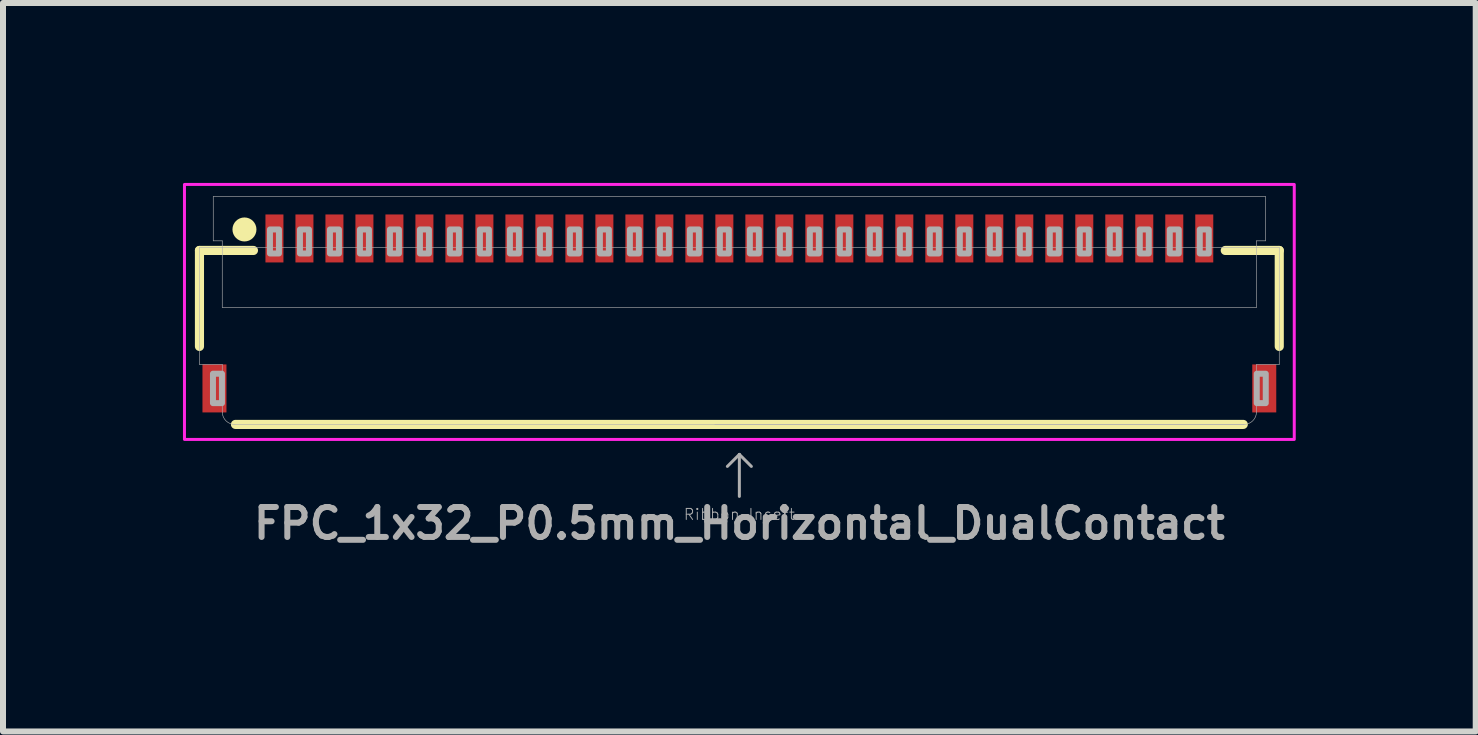
<source format=kicad_pcb>
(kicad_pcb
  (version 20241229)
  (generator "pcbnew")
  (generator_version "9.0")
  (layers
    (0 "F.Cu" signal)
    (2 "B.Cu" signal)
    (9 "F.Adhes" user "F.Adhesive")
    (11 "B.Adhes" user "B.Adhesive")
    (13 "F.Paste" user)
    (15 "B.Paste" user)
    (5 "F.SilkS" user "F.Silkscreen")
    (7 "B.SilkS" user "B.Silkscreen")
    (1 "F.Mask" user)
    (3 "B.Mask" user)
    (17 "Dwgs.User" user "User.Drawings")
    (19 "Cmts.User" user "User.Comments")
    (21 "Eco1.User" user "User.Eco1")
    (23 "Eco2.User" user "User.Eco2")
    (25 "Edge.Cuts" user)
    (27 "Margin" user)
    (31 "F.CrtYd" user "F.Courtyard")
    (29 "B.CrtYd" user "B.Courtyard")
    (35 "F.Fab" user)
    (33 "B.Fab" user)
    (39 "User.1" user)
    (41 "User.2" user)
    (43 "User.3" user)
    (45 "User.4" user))
  (footprint "FPC_1x32_P0.5mm_Horizontal_DualContact"
    (layer "F.Cu")
    (at 9.275 2.275)
    (property "Reference" "FPC_1x32_P0.5mm_Horizontal_DualContact" (at 0 3.4 0) (layer "F.Fab") (effects (font (size 0.5 0.5) (thickness 0.1) (bold yes))))
    (attr smd)
    (fp_line (start -9 -1.15) (end -9 0.45) (stroke (width 0.152) (type solid)) (layer "F.SilkS"))
    (fp_line (start -9 -1.15) (end -8.1 -1.15) (stroke (width 0.152) (type solid)) (layer "F.SilkS"))
    (fp_line (start -8.4 1.75) (end 8.4 1.75) (stroke (width 0.152) (type solid)) (layer "F.SilkS"))
    (fp_line (start 9 -1.15) (end 8.1 -1.15) (stroke (width 0.152) (type solid)) (layer "F.SilkS"))
    (fp_line (start 9 -1.15) (end 9 0.45) (stroke (width 0.152) (type solid)) (layer "F.SilkS"))
    (fp_circle (center -8.25 -1.5) (end -8.35 -1.5) (stroke (width 0.2) (type solid)) (fill yes) (layer "F.SilkS"))
    (fp_poly (pts (xy -7.875 -1.025) (xy -7.625 -1.025) (xy -7.625 -1.675) (xy -7.875 -1.675)) (stroke (width 0) (type default)) (fill yes) (layer "F.Paste"))
    (fp_poly (pts (xy -7.375 -1.025) (xy -7.125 -1.025) (xy -7.125 -1.675) (xy -7.375 -1.675)) (stroke (width 0) (type default)) (fill yes) (layer "F.Paste"))
    (fp_poly (pts (xy -6.875 -1.025) (xy -6.625 -1.025) (xy -6.625 -1.675) (xy -6.875 -1.675)) (stroke (width 0) (type default)) (fill yes) (layer "F.Paste"))
    (fp_poly (pts (xy -6.375 -1.025) (xy -6.125 -1.025) (xy -6.125 -1.675) (xy -6.375 -1.675)) (stroke (width 0) (type default)) (fill yes) (layer "F.Paste"))
    (fp_poly (pts (xy -5.875 -1.025) (xy -5.625 -1.025) (xy -5.625 -1.675) (xy -5.875 -1.675)) (stroke (width 0) (type default)) (fill yes) (layer "F.Paste"))
    (fp_poly (pts (xy -5.375 -1.025) (xy -5.125 -1.025) (xy -5.125 -1.675) (xy -5.375 -1.675)) (stroke (width 0) (type default)) (fill yes) (layer "F.Paste"))
    (fp_poly (pts (xy -4.875 -1.025) (xy -4.625 -1.025) (xy -4.625 -1.675) (xy -4.875 -1.675)) (stroke (width 0) (type default)) (fill yes) (layer "F.Paste"))
    (fp_poly (pts (xy -4.375 -1.025) (xy -4.125 -1.025) (xy -4.125 -1.675) (xy -4.375 -1.675)) (stroke (width 0) (type default)) (fill yes) (layer "F.Paste"))
    (fp_poly (pts (xy -3.875 -1.025) (xy -3.625 -1.025) (xy -3.625 -1.675) (xy -3.875 -1.675)) (stroke (width 0) (type default)) (fill yes) (layer "F.Paste"))
    (fp_poly (pts (xy -3.375 -1.025) (xy -3.125 -1.025) (xy -3.125 -1.675) (xy -3.375 -1.675)) (stroke (width 0) (type default)) (fill yes) (layer "F.Paste"))
    (fp_poly (pts (xy -2.875 -1.025) (xy -2.625 -1.025) (xy -2.625 -1.675) (xy -2.875 -1.675)) (stroke (width 0) (type default)) (fill yes) (layer "F.Paste"))
    (fp_poly (pts (xy -2.375 -1.025) (xy -2.125 -1.025) (xy -2.125 -1.675) (xy -2.375 -1.675)) (stroke (width 0) (type default)) (fill yes) (layer "F.Paste"))
    (fp_poly (pts (xy -1.875 -1.025) (xy -1.625 -1.025) (xy -1.625 -1.675) (xy -1.875 -1.675)) (stroke (width 0) (type default)) (fill yes) (layer "F.Paste"))
    (fp_poly (pts (xy -1.375 -1.025) (xy -1.125 -1.025) (xy -1.125 -1.675) (xy -1.375 -1.675)) (stroke (width 0) (type default)) (fill yes) (layer "F.Paste"))
    (fp_poly (pts (xy -0.875 -1.025) (xy -0.625 -1.025) (xy -0.625 -1.675) (xy -0.875 -1.675)) (stroke (width 0) (type default)) (fill yes) (layer "F.Paste"))
    (fp_poly (pts (xy -0.375 -1.025) (xy -0.125 -1.025) (xy -0.125 -1.675) (xy -0.375 -1.675)) (stroke (width 0) (type default)) (fill yes) (layer "F.Paste"))
    (fp_poly (pts (xy 0.125 -1.025) (xy 0.375 -1.025) (xy 0.375 -1.675) (xy 0.125 -1.675)) (stroke (width 0) (type default)) (fill yes) (layer "F.Paste"))
    (fp_poly (pts (xy 0.625 -1.025) (xy 0.875 -1.025) (xy 0.875 -1.675) (xy 0.625 -1.675)) (stroke (width 0) (type default)) (fill yes) (layer "F.Paste"))
    (fp_poly (pts (xy 1.125 -1.025) (xy 1.375 -1.025) (xy 1.375 -1.675) (xy 1.125 -1.675)) (stroke (width 0) (type default)) (fill yes) (layer "F.Paste"))
    (fp_poly (pts (xy 1.625 -1.025) (xy 1.875 -1.025) (xy 1.875 -1.675) (xy 1.625 -1.675)) (stroke (width 0) (type default)) (fill yes) (layer "F.Paste"))
    (fp_poly (pts (xy 2.125 -1.025) (xy 2.375 -1.025) (xy 2.375 -1.675) (xy 2.125 -1.675)) (stroke (width 0) (type default)) (fill yes) (layer "F.Paste"))
    (fp_poly (pts (xy 2.625 -1.025) (xy 2.875 -1.025) (xy 2.875 -1.675) (xy 2.625 -1.675)) (stroke (width 0) (type default)) (fill yes) (layer "F.Paste"))
    (fp_poly (pts (xy 3.125 -1.025) (xy 3.375 -1.025) (xy 3.375 -1.675) (xy 3.125 -1.675)) (stroke (width 0) (type default)) (fill yes) (layer "F.Paste"))
    (fp_poly (pts (xy 3.625 -1.025) (xy 3.875 -1.025) (xy 3.875 -1.675) (xy 3.625 -1.675)) (stroke (width 0) (type default)) (fill yes) (layer "F.Paste"))
    (fp_poly (pts (xy 4.125 -1.025) (xy 4.375 -1.025) (xy 4.375 -1.675) (xy 4.125 -1.675)) (stroke (width 0) (type default)) (fill yes) (layer "F.Paste"))
    (fp_poly (pts (xy 4.625 -1.025) (xy 4.875 -1.025) (xy 4.875 -1.675) (xy 4.625 -1.675)) (stroke (width 0) (type default)) (fill yes) (layer "F.Paste"))
    (fp_poly (pts (xy 5.125 -1.025) (xy 5.375 -1.025) (xy 5.375 -1.675) (xy 5.125 -1.675)) (stroke (width 0) (type default)) (fill yes) (layer "F.Paste"))
    (fp_poly (pts (xy 5.625 -1.025) (xy 5.875 -1.025) (xy 5.875 -1.675) (xy 5.625 -1.675)) (stroke (width 0) (type default)) (fill yes) (layer "F.Paste"))
    (fp_poly (pts (xy 6.125 -1.025) (xy 6.375 -1.025) (xy 6.375 -1.675) (xy 6.125 -1.675)) (stroke (width 0) (type default)) (fill yes) (layer "F.Paste"))
    (fp_poly (pts (xy 6.625 -1.025) (xy 6.875 -1.025) (xy 6.875 -1.675) (xy 6.625 -1.675)) (stroke (width 0) (type default)) (fill yes) (layer "F.Paste"))
    (fp_poly (pts (xy 7.125 -1.025) (xy 7.375 -1.025) (xy 7.375 -1.675) (xy 7.125 -1.675)) (stroke (width 0) (type default)) (fill yes) (layer "F.Paste"))
    (fp_poly (pts (xy 7.625 -1.025) (xy 7.875 -1.025) (xy 7.875 -1.675) (xy 7.625 -1.675)) (stroke (width 0) (type default)) (fill yes) (layer "F.Paste"))
    (fp_rect (start -9.25 -2.25) (end 9.25 2) (stroke (width 0.05) (type default)) (fill no) (layer "F.CrtYd"))
    (fp_line (start -9 -1.2) (end -9 0.75) (stroke (width 0.01) (type solid)) (layer "F.Fab"))
    (fp_line (start -9 -1.2) (end -8.62 -1.2) (stroke (width 0.01) (type solid)) (layer "F.Fab"))
    (fp_line (start -8.77 -2.05) (end -8.77 -1.31) (stroke (width 0.01) (type solid)) (layer "F.Fab"))
    (fp_line (start -8.77 -2.05) (end 8.77 -2.05) (stroke (width 0.01) (type solid)) (layer "F.Fab"))
    (fp_line (start -8.62 -1.31) (end -8.77 -1.31) (stroke (width 0.01) (type solid)) (layer "F.Fab"))
    (fp_line (start -8.62 -1.2) (end -8.62 -1.31) (stroke (width 0.01) (type solid)) (layer "F.Fab"))
    (fp_line (start -8.62 -1.2) (end 8.62 -1.2) (stroke (width 0.01) (type solid)) (layer "F.Fab"))
    (fp_line (start -8.62 -0.2) (end -8.62 -1.2) (stroke (width 0.01) (type solid)) (layer "F.Fab"))
    (fp_line (start -8.62 -0.2) (end 8.62 -0.2) (stroke (width 0.01) (type solid)) (layer "F.Fab"))
    (fp_line (start -8.62 0.75) (end -9 0.75) (stroke (width 0.01) (type solid)) (layer "F.Fab"))
    (fp_line (start -8.62 1.55) (end -8.62 0.75) (stroke (width 0.01) (type solid)) (layer "F.Fab"))
    (fp_line (start 0 2.25) (end -0.2 2.45) (stroke (width 0.05) (type solid)) (layer "F.Fab"))
    (fp_line (start 0 2.25) (end 0.2 2.45) (stroke (width 0.05) (type solid)) (layer "F.Fab"))
    (fp_line (start 0 2.95) (end 0 2.25) (stroke (width 0.05) (type solid)) (layer "F.Fab"))
    (fp_line (start 8.41 1.75) (end -8.41 1.75) (stroke (width 0.01) (type solid)) (layer "F.Fab"))
    (fp_line (start 8.41 1.75) (end -0.41 1.75) (stroke (width 0.01) (type solid)) (layer "F.Fab"))
    (fp_line (start 8.62 -1.31) (end 8.77 -1.31) (stroke (width 0.01) (type solid)) (layer "F.Fab"))
    (fp_line (start 8.62 -1.2) (end 8.62 -1.31) (stroke (width 0.01) (type solid)) (layer "F.Fab"))
    (fp_line (start 8.62 -1.2) (end 9 -1.2) (stroke (width 0.01) (type solid)) (layer "F.Fab"))
    (fp_line (start 8.62 -0.2) (end 8.62 -1.2) (stroke (width 0.01) (type solid)) (layer "F.Fab"))
    (fp_line (start 8.62 1.55) (end 8.62 0.75) (stroke (width 0.01) (type solid)) (layer "F.Fab"))
    (fp_line (start 8.77 -1.31) (end 8.77 -2.05) (stroke (width 0.01) (type solid)) (layer "F.Fab"))
    (fp_line (start 9 -1.2) (end 9 0.75) (stroke (width 0.01) (type solid)) (layer "F.Fab"))
    (fp_line (start 9 0.75) (end 8.62 0.75) (stroke (width 0.01) (type solid)) (layer "F.Fab"))
    (fp_arc (start -8.409999 1.749999) (mid -8.55542 1.692442) (end -8.62 1.55) (stroke (width 0.01) (type solid)) (layer "F.Fab"))
    (fp_arc (start 8.62 1.55) (mid 8.555421 1.692445) (end 8.409999 1.749999) (stroke (width 0.01) (type solid)) (layer "F.Fab"))
    (fp_poly (pts (xy -8.775 1.395) (xy -8.625 1.395) (xy -8.625 0.905) (xy -8.775 0.905)) (stroke (width 0.1) (type default)) (fill no) (layer "F.Fab"))
    (fp_poly (pts (xy -7.825 -1.1) (xy -7.675 -1.1) (xy -7.675 -1.5) (xy -7.825 -1.5)) (stroke (width 0.1) (type default)) (fill no) (layer "F.Fab"))
    (fp_poly (pts (xy -7.325 -1.1) (xy -7.175 -1.1) (xy -7.175 -1.5) (xy -7.325 -1.5)) (stroke (width 0.1) (type default)) (fill no) (layer "F.Fab"))
    (fp_poly (pts (xy -6.825 -1.1) (xy -6.675 -1.1) (xy -6.675 -1.5) (xy -6.825 -1.5)) (stroke (width 0.1) (type default)) (fill no) (layer "F.Fab"))
    (fp_poly (pts (xy -6.325 -1.1) (xy -6.175 -1.1) (xy -6.175 -1.5) (xy -6.325 -1.5)) (stroke (width 0.1) (type default)) (fill no) (layer "F.Fab"))
    (fp_poly (pts (xy -5.825 -1.1) (xy -5.675 -1.1) (xy -5.675 -1.5) (xy -5.825 -1.5)) (stroke (width 0.1) (type default)) (fill no) (layer "F.Fab"))
    (fp_poly (pts (xy -5.325 -1.1) (xy -5.175 -1.1) (xy -5.175 -1.5) (xy -5.325 -1.5)) (stroke (width 0.1) (type default)) (fill no) (layer "F.Fab"))
    (fp_poly (pts (xy -4.825 -1.1) (xy -4.675 -1.1) (xy -4.675 -1.5) (xy -4.825 -1.5)) (stroke (width 0.1) (type default)) (fill no) (layer "F.Fab"))
    (fp_poly (pts (xy -4.325 -1.1) (xy -4.175 -1.1) (xy -4.175 -1.5) (xy -4.325 -1.5)) (stroke (width 0.1) (type default)) (fill no) (layer "F.Fab"))
    (fp_poly (pts (xy -3.825 -1.1) (xy -3.675 -1.1) (xy -3.675 -1.5) (xy -3.825 -1.5)) (stroke (width 0.1) (type default)) (fill no) (layer "F.Fab"))
    (fp_poly (pts (xy -3.325 -1.1) (xy -3.175 -1.1) (xy -3.175 -1.5) (xy -3.325 -1.5)) (stroke (width 0.1) (type default)) (fill no) (layer "F.Fab"))
    (fp_poly (pts (xy -2.825 -1.1) (xy -2.675 -1.1) (xy -2.675 -1.5) (xy -2.825 -1.5)) (stroke (width 0.1) (type default)) (fill no) (layer "F.Fab"))
    (fp_poly (pts (xy -2.325 -1.1) (xy -2.175 -1.1) (xy -2.175 -1.5) (xy -2.325 -1.5)) (stroke (width 0.1) (type default)) (fill no) (layer "F.Fab"))
    (fp_poly (pts (xy -1.825 -1.1) (xy -1.675 -1.1) (xy -1.675 -1.5) (xy -1.825 -1.5)) (stroke (width 0.1) (type default)) (fill no) (layer "F.Fab"))
    (fp_poly (pts (xy -1.325 -1.1) (xy -1.175 -1.1) (xy -1.175 -1.5) (xy -1.325 -1.5)) (stroke (width 0.1) (type default)) (fill no) (layer "F.Fab"))
    (fp_poly (pts (xy -0.825 -1.1) (xy -0.675 -1.1) (xy -0.675 -1.5) (xy -0.825 -1.5)) (stroke (width 0.1) (type default)) (fill no) (layer "F.Fab"))
    (fp_poly (pts (xy -0.325 -1.1) (xy -0.175 -1.1) (xy -0.175 -1.5) (xy -0.325 -1.5)) (stroke (width 0.1) (type default)) (fill no) (layer "F.Fab"))
    (fp_poly (pts (xy 0.175 -1.1) (xy 0.325 -1.1) (xy 0.325 -1.5) (xy 0.175 -1.5)) (stroke (width 0.1) (type default)) (fill no) (layer "F.Fab"))
    (fp_poly (pts (xy 0.675 -1.1) (xy 0.825 -1.1) (xy 0.825 -1.5) (xy 0.675 -1.5)) (stroke (width 0.1) (type default)) (fill no) (layer "F.Fab"))
    (fp_poly (pts (xy 1.175 -1.1) (xy 1.325 -1.1) (xy 1.325 -1.5) (xy 1.175 -1.5)) (stroke (width 0.1) (type default)) (fill no) (layer "F.Fab"))
    (fp_poly (pts (xy 1.675 -1.1) (xy 1.825 -1.1) (xy 1.825 -1.5) (xy 1.675 -1.5)) (stroke (width 0.1) (type default)) (fill no) (layer "F.Fab"))
    (fp_poly (pts (xy 2.175 -1.1) (xy 2.325 -1.1) (xy 2.325 -1.5) (xy 2.175 -1.5)) (stroke (width 0.1) (type default)) (fill no) (layer "F.Fab"))
    (fp_poly (pts (xy 2.675 -1.1) (xy 2.825 -1.1) (xy 2.825 -1.5) (xy 2.675 -1.5)) (stroke (width 0.1) (type default)) (fill no) (layer "F.Fab"))
    (fp_poly (pts (xy 3.175 -1.1) (xy 3.325 -1.1) (xy 3.325 -1.5) (xy 3.175 -1.5)) (stroke (width 0.1) (type default)) (fill no) (layer "F.Fab"))
    (fp_poly (pts (xy 3.675 -1.1) (xy 3.825 -1.1) (xy 3.825 -1.5) (xy 3.675 -1.5)) (stroke (width 0.1) (type default)) (fill no) (layer "F.Fab"))
    (fp_poly (pts (xy 4.175 -1.1) (xy 4.325 -1.1) (xy 4.325 -1.5) (xy 4.175 -1.5)) (stroke (width 0.1) (type default)) (fill no) (layer "F.Fab"))
    (fp_poly (pts (xy 4.675 -1.1) (xy 4.825 -1.1) (xy 4.825 -1.5) (xy 4.675 -1.5)) (stroke (width 0.1) (type default)) (fill no) (layer "F.Fab"))
    (fp_poly (pts (xy 5.175 -1.1) (xy 5.325 -1.1) (xy 5.325 -1.5) (xy 5.175 -1.5)) (stroke (width 0.1) (type default)) (fill no) (layer "F.Fab"))
    (fp_poly (pts (xy 5.675 -1.1) (xy 5.825 -1.1) (xy 5.825 -1.5) (xy 5.675 -1.5)) (stroke (width 0.1) (type default)) (fill no) (layer "F.Fab"))
    (fp_poly (pts (xy 6.175 -1.1) (xy 6.325 -1.1) (xy 6.325 -1.5) (xy 6.175 -1.5)) (stroke (width 0.1) (type default)) (fill no) (layer "F.Fab"))
    (fp_poly (pts (xy 6.675 -1.1) (xy 6.825 -1.1) (xy 6.825 -1.5) (xy 6.675 -1.5)) (stroke (width 0.1) (type default)) (fill no) (layer "F.Fab"))
    (fp_poly (pts (xy 7.175 -1.1) (xy 7.325 -1.1) (xy 7.325 -1.5) (xy 7.175 -1.5)) (stroke (width 0.1) (type default)) (fill no) (layer "F.Fab"))
    (fp_poly (pts (xy 7.675 -1.1) (xy 7.825 -1.1) (xy 7.825 -1.5) (xy 7.675 -1.5)) (stroke (width 0.1) (type default)) (fill no) (layer "F.Fab"))
    (fp_poly (pts (xy 8.625 1.395) (xy 8.775 1.395) (xy 8.775 0.905) (xy 8.625 0.905)) (stroke (width 0.1) (type default)) (fill no) (layer "F.Fab"))
    (fp_text user "Ribbon Insert" (at 0 3.25 0) (layer "F.Fab") (effects (font (size 0.184 0.184) (thickness 0.016))))
    (pad "1" smd rect (at -7.75 -1.35) (size 0.3 0.8) (layers "F.Cu" "F.Mask"))
    (pad "2" smd rect (at -7.25 -1.35) (size 0.3 0.8) (layers "F.Cu" "F.Mask"))
    (pad "3" smd rect (at -6.75 -1.35) (size 0.3 0.8) (layers "F.Cu" "F.Mask"))
    (pad "4" smd rect (at -6.25 -1.35) (size 0.3 0.8) (layers "F.Cu" "F.Mask"))
    (pad "5" smd rect (at -5.75 -1.35) (size 0.3 0.8) (layers "F.Cu" "F.Mask"))
    (pad "6" smd rect (at -5.25 -1.35) (size 0.3 0.8) (layers "F.Cu" "F.Mask"))
    (pad "7" smd rect (at -4.75 -1.35) (size 0.3 0.8) (layers "F.Cu" "F.Mask"))
    (pad "8" smd rect (at -4.25 -1.35) (size 0.3 0.8) (layers "F.Cu" "F.Mask"))
    (pad "9" smd rect (at -3.75 -1.35) (size 0.3 0.8) (layers "F.Cu" "F.Mask"))
    (pad "10" smd rect (at -3.25 -1.35) (size 0.3 0.8) (layers "F.Cu" "F.Mask"))
    (pad "11" smd rect (at -2.75 -1.35) (size 0.3 0.8) (layers "F.Cu" "F.Mask"))
    (pad "12" smd rect (at -2.25 -1.35) (size 0.3 0.8) (layers "F.Cu" "F.Mask"))
    (pad "13" smd rect (at -1.75 -1.35) (size 0.3 0.8) (layers "F.Cu" "F.Mask"))
    (pad "14" smd rect (at -1.25 -1.35) (size 0.3 0.8) (layers "F.Cu" "F.Mask"))
    (pad "15" smd rect (at -0.75 -1.35) (size 0.3 0.8) (layers "F.Cu" "F.Mask"))
    (pad "16" smd rect (at -0.25 -1.35) (size 0.3 0.8) (layers "F.Cu" "F.Mask"))
    (pad "17" smd rect (at 0.25 -1.35) (size 0.3 0.8) (layers "F.Cu" "F.Mask"))
    (pad "18" smd rect (at 0.75 -1.35) (size 0.3 0.8) (layers "F.Cu" "F.Mask"))
    (pad "19" smd rect (at 1.25 -1.35) (size 0.3 0.8) (layers "F.Cu" "F.Mask"))
    (pad "20" smd rect (at 1.75 -1.35) (size 0.3 0.8) (layers "F.Cu" "F.Mask"))
    (pad "21" smd rect (at 2.25 -1.35) (size 0.3 0.8) (layers "F.Cu" "F.Mask"))
    (pad "22" smd rect (at 2.75 -1.35) (size 0.3 0.8) (layers "F.Cu" "F.Mask"))
    (pad "23" smd rect (at 3.25 -1.35) (size 0.3 0.8) (layers "F.Cu" "F.Mask"))
    (pad "24" smd rect (at 3.75 -1.35) (size 0.3 0.8) (layers "F.Cu" "F.Mask"))
    (pad "25" smd rect (at 4.25 -1.35) (size 0.3 0.8) (layers "F.Cu" "F.Mask"))
    (pad "26" smd rect (at 4.75 -1.35) (size 0.3 0.8) (layers "F.Cu" "F.Mask"))
    (pad "27" smd rect (at 5.25 -1.35) (size 0.3 0.8) (layers "F.Cu" "F.Mask"))
    (pad "28" smd rect (at 5.75 -1.35) (size 0.3 0.8) (layers "F.Cu" "F.Mask"))
    (pad "29" smd rect (at 6.25 -1.35) (size 0.3 0.8) (layers "F.Cu" "F.Mask"))
    (pad "30" smd rect (at 6.75 -1.35) (size 0.3 0.8) (layers "F.Cu" "F.Mask"))
    (pad "31" smd rect (at 7.25 -1.35) (size 0.3 0.8) (layers "F.Cu" "F.Mask"))
    (pad "32" smd rect (at 7.75 -1.35) (size 0.3 0.8) (layers "F.Cu" "F.Mask"))
    (pad "MP1" smd rect (at -8.75 1.15) (size 0.4 0.8) (layers "F.Cu" "F.Mask" "F.Paste"))
    (pad "MP2" smd rect (at 8.75 1.15) (size 0.4 0.8) (layers "F.Cu" "F.Mask" "F.Paste")))
  (gr_rect
    (start -3 -3)
    (end 21.55 9.143)
    (stroke (width 0.1) (type default))
    (fill no)
    (layer "Edge.Cuts")))
</source>
